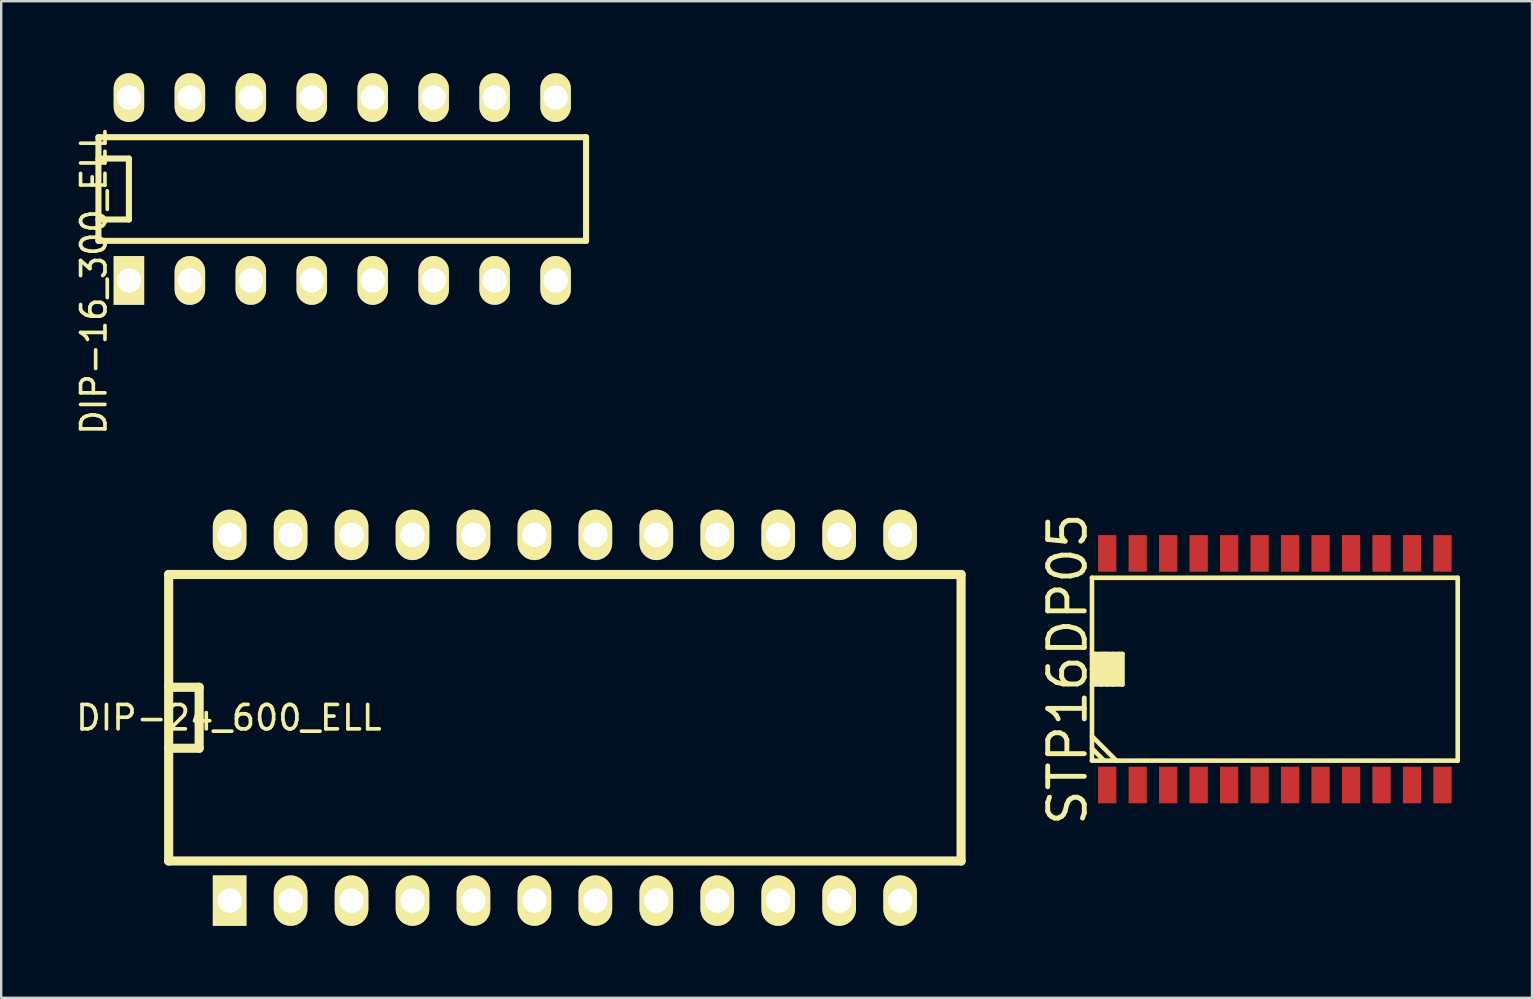
<source format=kicad_pcb>
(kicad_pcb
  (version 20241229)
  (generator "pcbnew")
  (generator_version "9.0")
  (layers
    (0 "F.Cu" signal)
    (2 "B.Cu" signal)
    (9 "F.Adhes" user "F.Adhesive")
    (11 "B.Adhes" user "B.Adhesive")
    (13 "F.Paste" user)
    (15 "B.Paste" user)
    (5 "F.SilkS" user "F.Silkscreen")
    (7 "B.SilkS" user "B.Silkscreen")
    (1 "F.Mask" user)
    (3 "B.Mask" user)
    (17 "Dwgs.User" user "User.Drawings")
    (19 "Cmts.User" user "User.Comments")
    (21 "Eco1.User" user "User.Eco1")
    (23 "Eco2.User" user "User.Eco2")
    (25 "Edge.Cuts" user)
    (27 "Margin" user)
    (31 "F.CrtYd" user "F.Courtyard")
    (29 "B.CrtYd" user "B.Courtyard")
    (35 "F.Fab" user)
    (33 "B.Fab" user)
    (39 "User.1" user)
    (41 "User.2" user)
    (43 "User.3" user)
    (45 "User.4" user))
  (footprint "DIP-16_300_ELL"
    (layer "F.Cu")
    (at 11.212 4.826)
    (property "Reference" "DIP-16_300_ELL" (at -10.351 3.873 90) (layer "F.SilkS") (effects (font (size 1.016 1.016) (thickness 0.152))))
    (attr smd)
    (fp_line (start -10.16 -2.159) (end 10.16 -2.159) (stroke (width 0.254) (type solid)) (layer "F.SilkS"))
    (fp_line (start -10.16 -1.27) (end -8.89 -1.27) (stroke (width 0.254) (type solid)) (layer "F.SilkS"))
    (fp_line (start -10.16 2.159) (end -10.16 -2.159) (stroke (width 0.254) (type solid)) (layer "F.SilkS"))
    (fp_line (start -8.89 -1.27) (end -8.89 1.27) (stroke (width 0.254) (type solid)) (layer "F.SilkS"))
    (fp_line (start -8.89 1.27) (end -10.16 1.27) (stroke (width 0.254) (type solid)) (layer "F.SilkS"))
    (fp_line (start 10.16 -2.159) (end 10.16 2.159) (stroke (width 0.254) (type solid)) (layer "F.SilkS"))
    (fp_line (start 10.16 2.159) (end -10.16 2.159) (stroke (width 0.254) (type solid)) (layer "F.SilkS"))
    (pad "1" thru_hole rect (at -8.89 3.81) (size 1.27 2.032) (drill 1.016) (layers "*.Cu" "*.Mask" "F.SilkS"))
    (pad "2" thru_hole oval (at -6.35 3.81) (size 1.27 2.032) (drill 1.016) (layers "*.Cu" "*.Mask" "F.SilkS"))
    (pad "3" thru_hole oval (at -3.81 3.81) (size 1.27 2.032) (drill 1.016) (layers "*.Cu" "*.Mask" "F.SilkS"))
    (pad "4" thru_hole oval (at -1.27 3.81) (size 1.27 2.032) (drill 1.016) (layers "*.Cu" "*.Mask" "F.SilkS"))
    (pad "5" thru_hole oval (at 1.27 3.81) (size 1.27 2.032) (drill 1.016) (layers "*.Cu" "*.Mask" "F.SilkS"))
    (pad "6" thru_hole oval (at 3.81 3.81) (size 1.27 2.032) (drill 1.016) (layers "*.Cu" "*.Mask" "F.SilkS"))
    (pad "7" thru_hole oval (at 6.35 3.81) (size 1.27 2.032) (drill 1.016) (layers "*.Cu" "*.Mask" "F.SilkS"))
    (pad "8" thru_hole oval (at 8.89 3.81) (size 1.27 2.032) (drill 1.016) (layers "*.Cu" "*.Mask" "F.SilkS"))
    (pad "9" thru_hole oval (at 8.89 -3.81) (size 1.27 2.032) (drill 1.016) (layers "*.Cu" "*.Mask" "F.SilkS"))
    (pad "10" thru_hole oval (at 6.35 -3.81) (size 1.27 2.032) (drill 1.016) (layers "*.Cu" "*.Mask" "F.SilkS"))
    (pad "11" thru_hole oval (at 3.81 -3.81) (size 1.27 2.032) (drill 1.016) (layers "*.Cu" "*.Mask" "F.SilkS"))
    (pad "12" thru_hole oval (at 1.27 -3.81) (size 1.27 2.032) (drill 1.016) (layers "*.Cu" "*.Mask" "F.SilkS"))
    (pad "13" thru_hole oval (at -1.27 -3.81) (size 1.27 2.032) (drill 1.016) (layers "*.Cu" "*.Mask" "F.SilkS"))
    (pad "14" thru_hole oval (at -3.81 -3.81) (size 1.27 2.032) (drill 1.016) (layers "*.Cu" "*.Mask" "F.SilkS"))
    (pad "15" thru_hole oval (at -6.35 -3.81) (size 1.27 2.032) (drill 1.016) (layers "*.Cu" "*.Mask" "F.SilkS"))
    (pad "16" thru_hole oval (at -8.89 -3.81) (size 1.27 2.032) (drill 1.016) (layers "*.Cu" "*.Mask" "F.SilkS")))
  (footprint "DIP-24_600_ELL"
    (layer "F.Cu")
    (at 20.489 26.859)
    (property "Reference" "DIP-24_600_ELL" (at -14 0 180) (layer "F.SilkS") (effects (font (size 1.016 1.016) (thickness 0.152))))
    (attr smd)
    (fp_line (start -16.51 -5.969) (end -16.51 5.969) (stroke (width 0.381) (type solid)) (layer "F.SilkS"))
    (fp_line (start -16.51 -5.969) (end 16.51 -5.969) (stroke (width 0.381) (type solid)) (layer "F.SilkS"))
    (fp_line (start -16.51 -1.27) (end -15.24 -1.27) (stroke (width 0.381) (type solid)) (layer "F.SilkS"))
    (fp_line (start -15.24 -1.27) (end -15.24 1.27) (stroke (width 0.381) (type solid)) (layer "F.SilkS"))
    (fp_line (start -15.24 1.27) (end -16.51 1.27) (stroke (width 0.381) (type solid)) (layer "F.SilkS"))
    (fp_line (start 16.51 5.969) (end -16.51 5.969) (stroke (width 0.381) (type solid)) (layer "F.SilkS"))
    (fp_line (start 16.51 5.969) (end 16.51 -5.969) (stroke (width 0.381) (type solid)) (layer "F.SilkS"))
    (pad "1" thru_hole rect (at -13.97 7.62) (size 1.4 2.1) (drill 1.02) (layers "*.Cu" "*.Mask" "F.SilkS"))
    (pad "2" thru_hole oval (at -11.43 7.62) (size 1.4 2.1) (drill 1.02) (layers "*.Cu" "*.Mask" "F.SilkS"))
    (pad "3" thru_hole oval (at -8.89 7.62) (size 1.4 2.1) (drill 1.02) (layers "*.Cu" "*.Mask" "F.SilkS"))
    (pad "4" thru_hole oval (at -6.35 7.62) (size 1.4 2.1) (drill 1.02) (layers "*.Cu" "*.Mask" "F.SilkS"))
    (pad "5" thru_hole oval (at -3.81 7.62) (size 1.4 2.1) (drill 1.02) (layers "*.Cu" "*.Mask" "F.SilkS"))
    (pad "6" thru_hole oval (at -1.27 7.62) (size 1.4 2.1) (drill 1.02) (layers "*.Cu" "*.Mask" "F.SilkS"))
    (pad "7" thru_hole oval (at 1.27 7.62) (size 1.4 2.1) (drill 1.02) (layers "*.Cu" "*.Mask" "F.SilkS"))
    (pad "8" thru_hole oval (at 3.81 7.62) (size 1.4 2.1) (drill 1.02) (layers "*.Cu" "*.Mask" "F.SilkS"))
    (pad "9" thru_hole oval (at 6.35 7.62) (size 1.4 2.1) (drill 1.02) (layers "*.Cu" "*.Mask" "F.SilkS"))
    (pad "10" thru_hole oval (at 8.89 7.62) (size 1.4 2.1) (drill 1.02) (layers "*.Cu" "*.Mask" "F.SilkS"))
    (pad "11" thru_hole oval (at 11.43 7.62) (size 1.4 2.1) (drill 1.02) (layers "*.Cu" "*.Mask" "F.SilkS"))
    (pad "12" thru_hole oval (at 13.97 7.62) (size 1.4 2.1) (drill 1.02) (layers "*.Cu" "*.Mask" "F.SilkS"))
    (pad "13" thru_hole oval (at 13.97 -7.62) (size 1.4 2.1) (drill 1.02) (layers "*.Cu" "*.Mask" "F.SilkS"))
    (pad "14" thru_hole oval (at 11.43 -7.62) (size 1.4 2.1) (drill 1.02) (layers "*.Cu" "*.Mask" "F.SilkS"))
    (pad "15" thru_hole oval (at 8.89 -7.62) (size 1.4 2.1) (drill 1.02) (layers "*.Cu" "*.Mask" "F.SilkS"))
    (pad "16" thru_hole oval (at 6.35 -7.62) (size 1.4 2.1) (drill 1.02) (layers "*.Cu" "*.Mask" "F.SilkS"))
    (pad "17" thru_hole oval (at 3.81 -7.62) (size 1.4 2.1) (drill 1.02) (layers "*.Cu" "*.Mask" "F.SilkS"))
    (pad "18" thru_hole oval (at 1.27 -7.62) (size 1.4 2.1) (drill 1.02) (layers "*.Cu" "*.Mask" "F.SilkS"))
    (pad "19" thru_hole oval (at -1.27 -7.62) (size 1.4 2.1) (drill 1.02) (layers "*.Cu" "*.Mask" "F.SilkS"))
    (pad "20" thru_hole oval (at -3.81 -7.62) (size 1.4 2.1) (drill 1.02) (layers "*.Cu" "*.Mask" "F.SilkS"))
    (pad "21" thru_hole oval (at -6.35 -7.62) (size 1.4 2.1) (drill 1.02) (layers "*.Cu" "*.Mask" "F.SilkS"))
    (pad "22" thru_hole oval (at -8.89 -7.62) (size 1.4 2.1) (drill 1.02) (layers "*.Cu" "*.Mask" "F.SilkS"))
    (pad "23" thru_hole oval (at -11.43 -7.62) (size 1.4 2.1) (drill 1.02) (layers "*.Cu" "*.Mask" "F.SilkS"))
    (pad "24" thru_hole oval (at -13.97 -7.62) (size 1.4 2.1) (drill 1.02) (layers "*.Cu" "*.Mask" "F.SilkS")))
  (footprint "STP16DP05"
    (layer "F.Cu")
    (at 50.074 24.836)
    (property "Reference" "STP16DP05" (at -8.636 0 90) (layer "F.SilkS") (effects (font (size 1.524 1.524) (thickness 0.203))))
    (attr smd)
    (fp_line (start -7.62 -3.81) (end 7.62 -3.81) (stroke (width 0.191) (type solid)) (layer "F.SilkS"))
    (fp_line (start -7.62 -0.635) (end -6.35 -0.635) (stroke (width 0.191) (type solid)) (layer "F.SilkS"))
    (fp_line (start -7.62 0) (end -7.62 -3.81) (stroke (width 0.191) (type solid)) (layer "F.SilkS"))
    (fp_line (start -7.62 2.794) (end -6.604 3.81) (stroke (width 0.191) (type solid)) (layer "F.SilkS"))
    (fp_line (start -7.62 3.302) (end -7.112 3.81) (stroke (width 0.191) (type solid)) (layer "F.SilkS"))
    (fp_line (start -7.62 3.81) (end -7.62 0) (stroke (width 0.191) (type solid)) (layer "F.SilkS"))
    (fp_line (start -7.493 -0.635) (end -7.493 0.508) (stroke (width 0.191) (type solid)) (layer "F.SilkS"))
    (fp_line (start -7.366 -0.508) (end -7.366 0.508) (stroke (width 0.191) (type solid)) (layer "F.SilkS"))
    (fp_line (start -7.239 -0.635) (end -7.239 0.635) (stroke (width 0.191) (type solid)) (layer "F.SilkS"))
    (fp_line (start -7.112 -0.635) (end -7.112 0.508) (stroke (width 0.191) (type solid)) (layer "F.SilkS"))
    (fp_line (start -6.985 -0.635) (end -6.985 0.635) (stroke (width 0.191) (type solid)) (layer "F.SilkS"))
    (fp_line (start -6.858 -0.508) (end -6.858 0.508) (stroke (width 0.191) (type solid)) (layer "F.SilkS"))
    (fp_line (start -6.731 -0.635) (end -6.731 0.635) (stroke (width 0.191) (type solid)) (layer "F.SilkS"))
    (fp_line (start -6.604 -0.508) (end -6.604 0.508) (stroke (width 0.191) (type solid)) (layer "F.SilkS"))
    (fp_line (start -6.477 -0.635) (end -6.477 0.508) (stroke (width 0.191) (type solid)) (layer "F.SilkS"))
    (fp_line (start -6.35 -0.635) (end -6.35 0.635) (stroke (width 0.191) (type solid)) (layer "F.SilkS"))
    (fp_line (start -6.35 0.635) (end -7.62 0.635) (stroke (width 0.191) (type solid)) (layer "F.SilkS"))
    (fp_line (start 7.62 -3.81) (end 7.62 3.81) (stroke (width 0.191) (type solid)) (layer "F.SilkS"))
    (fp_line (start 7.62 3.81) (end -7.62 3.81) (stroke (width 0.191) (type solid)) (layer "F.SilkS"))
    (pad "1" smd rect (at -6.985 4.826) (size 0.762 1.524) (layers "F.Cu" "F.Mask" "F.Paste"))
    (pad "2" smd rect (at -5.715 4.826) (size 0.762 1.524) (layers "F.Cu" "F.Mask" "F.Paste"))
    (pad "3" smd rect (at -4.445 4.826) (size 0.762 1.524) (layers "F.Cu" "F.Mask" "F.Paste"))
    (pad "4" smd rect (at -3.175 4.826) (size 0.762 1.524) (layers "F.Cu" "F.Mask" "F.Paste"))
    (pad "5" smd rect (at -1.905 4.826) (size 0.762 1.524) (layers "F.Cu" "F.Mask" "F.Paste"))
    (pad "6" smd rect (at -0.635 4.826) (size 0.762 1.524) (layers "F.Cu" "F.Mask" "F.Paste"))
    (pad "7" smd rect (at 0.635 4.826) (size 0.762 1.524) (layers "F.Cu" "F.Mask" "F.Paste"))
    (pad "8" smd rect (at 1.905 4.826) (size 0.762 1.524) (layers "F.Cu" "F.Mask" "F.Paste"))
    (pad "9" smd rect (at 3.175 4.826) (size 0.762 1.524) (layers "F.Cu" "F.Mask" "F.Paste"))
    (pad "10" smd rect (at 4.445 4.826) (size 0.762 1.524) (layers "F.Cu" "F.Mask" "F.Paste"))
    (pad "11" smd rect (at 5.715 4.826) (size 0.762 1.524) (layers "F.Cu" "F.Mask" "F.Paste"))
    (pad "12" smd rect (at 6.985 4.826) (size 0.762 1.524) (layers "F.Cu" "F.Mask" "F.Paste"))
    (pad "13" smd rect (at 6.985 -4.826) (size 0.762 1.524) (layers "F.Cu" "F.Mask" "F.Paste"))
    (pad "14" smd rect (at 5.715 -4.826) (size 0.762 1.524) (layers "F.Cu" "F.Mask" "F.Paste"))
    (pad "15" smd rect (at 4.445 -4.826) (size 0.762 1.524) (layers "F.Cu" "F.Mask" "F.Paste"))
    (pad "16" smd rect (at 3.175 -4.826) (size 0.762 1.524) (layers "F.Cu" "F.Mask" "F.Paste"))
    (pad "17" smd rect (at 1.905 -4.826) (size 0.762 1.524) (layers "F.Cu" "F.Mask" "F.Paste"))
    (pad "18" smd rect (at 0.635 -4.826) (size 0.762 1.524) (layers "F.Cu" "F.Mask" "F.Paste"))
    (pad "19" smd rect (at -0.635 -4.826) (size 0.762 1.524) (layers "F.Cu" "F.Mask" "F.Paste"))
    (pad "20" smd rect (at -1.905 -4.826) (size 0.762 1.524) (layers "F.Cu" "F.Mask" "F.Paste"))
    (pad "21" smd rect (at -3.175 -4.826) (size 0.762 1.524) (layers "F.Cu" "F.Mask" "F.Paste"))
    (pad "22" smd rect (at -4.445 -4.826) (size 0.762 1.524) (layers "F.Cu" "F.Mask" "F.Paste"))
    (pad "23" smd rect (at -5.715 -4.826) (size 0.762 1.524) (layers "F.Cu" "F.Mask" "F.Paste"))
    (pad "24" smd rect (at -6.985 -4.826) (size 0.762 1.524) (layers "F.Cu" "F.Mask" "F.Paste")))
  (gr_rect
    (start -3 -3)
    (end 60.789 38.529)
    (stroke (width 0.1) (type default))
    (fill no)
    (layer "Edge.Cuts")))
</source>
